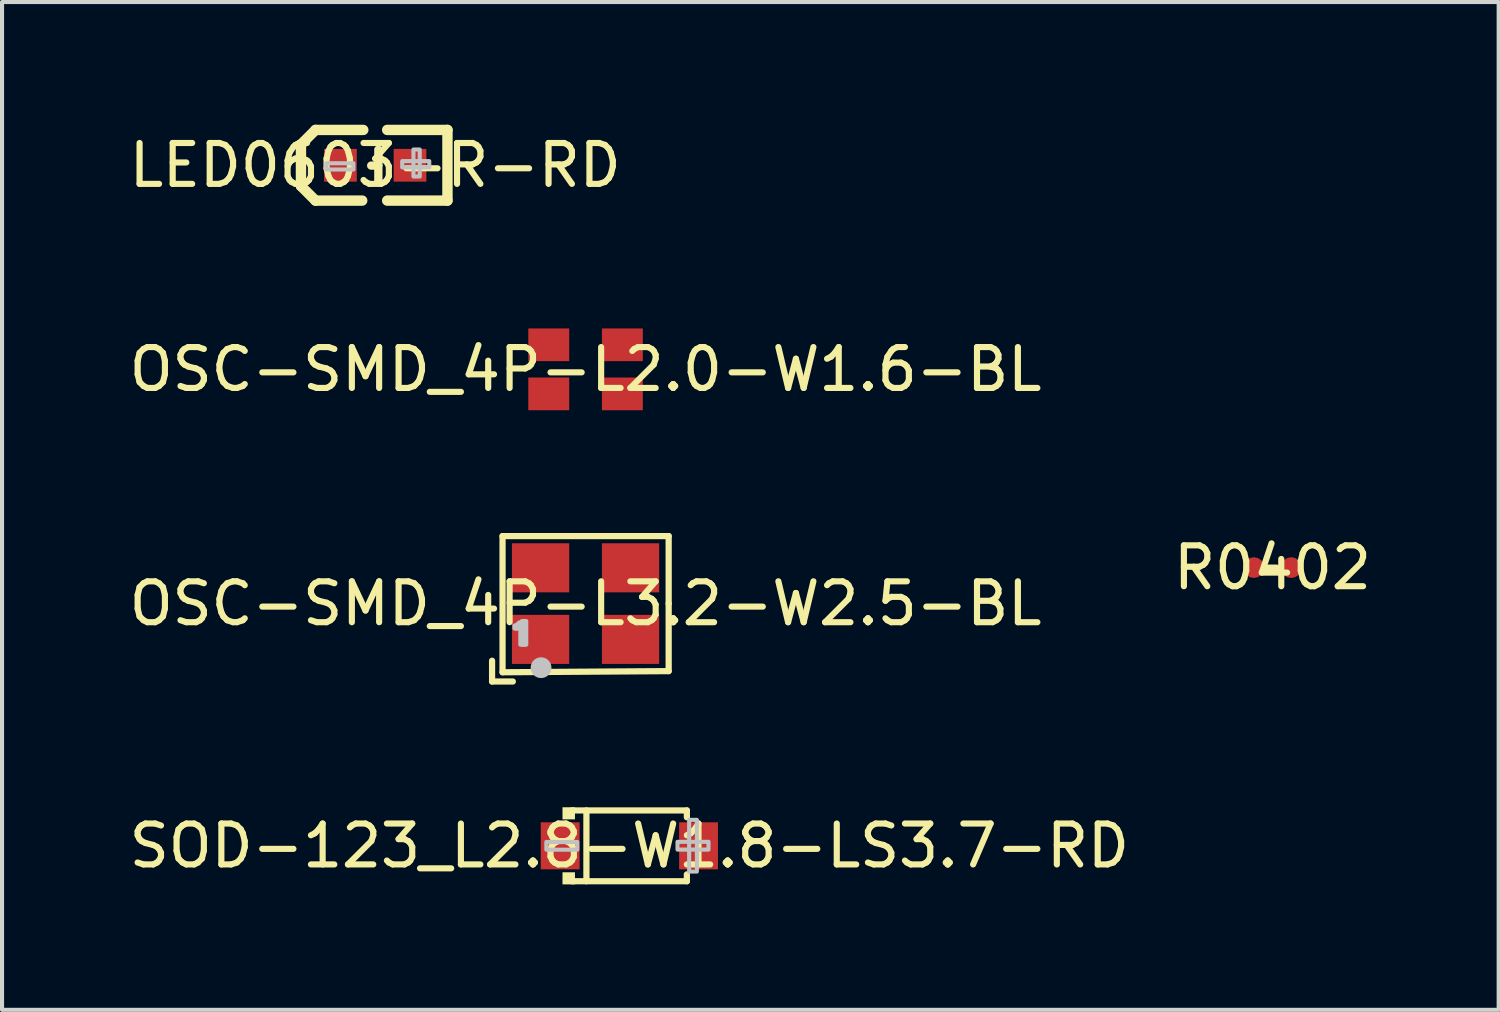
<source format=kicad_pcb>
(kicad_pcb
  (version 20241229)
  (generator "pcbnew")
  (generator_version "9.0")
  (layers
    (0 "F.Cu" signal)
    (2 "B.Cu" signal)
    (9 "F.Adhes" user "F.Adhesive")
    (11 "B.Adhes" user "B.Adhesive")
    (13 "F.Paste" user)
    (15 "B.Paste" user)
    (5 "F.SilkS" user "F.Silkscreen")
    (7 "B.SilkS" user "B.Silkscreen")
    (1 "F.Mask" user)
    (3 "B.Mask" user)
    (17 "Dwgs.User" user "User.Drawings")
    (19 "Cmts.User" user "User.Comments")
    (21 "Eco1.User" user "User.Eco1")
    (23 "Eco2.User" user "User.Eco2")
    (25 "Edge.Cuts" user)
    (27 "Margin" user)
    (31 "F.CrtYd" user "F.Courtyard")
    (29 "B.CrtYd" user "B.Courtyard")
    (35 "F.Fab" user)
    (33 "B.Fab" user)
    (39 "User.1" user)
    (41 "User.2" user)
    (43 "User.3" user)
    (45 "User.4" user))
  (footprint "R0402"
    (layer "F.Cu")
    (at 28.065 10.829)
    (property "Reference" "R0402" (at 0 0 0) (layer "F.SilkS") (effects (font (size 1 1) (thickness 0.15))))
    (fp_line (start 0.102 0) (end -0.102 0) (stroke (width 0.15) (type default)) (layer "F.SilkS"))
    (fp_poly (pts (xy -0.474 -0.246) (xy 0.525 -0.246) (xy 0.525 0.254) (xy -0.474 0.254)) (stroke (width 0.1) (type default)) (fill no) (layer "User.1"))
    (pad "1" smd roundrect (at -0.457 0) (size 0.508 0.508) (layers "F.Cu" "F.Mask" "F.Paste") (roundrect_rratio 0.5))
    (pad "2" smd roundrect (at 0.457 0) (size 0.508 0.508) (layers "F.Cu" "F.Mask" "F.Paste") (roundrect_rratio 0.5)))
  (footprint "LED0603-R-RD"
    (layer "F.Cu")
    (at 6.125 0.991)
    (property "Reference" "LED0603-R-RD" (at 0 0 0) (layer "F.SilkS") (effects (font (size 1 1) (thickness 0.15))))
    (fp_line (start -1.816 -0.508) (end -1.46 -0.864) (stroke (width 0.254) (type default)) (layer "F.SilkS"))
    (fp_line (start -1.816 0.508) (end -1.816 -0.508) (stroke (width 0.254) (type default)) (layer "F.SilkS"))
    (fp_line (start -1.46 0.864) (end -1.816 0.508) (stroke (width 0.254) (type default)) (layer "F.SilkS"))
    (fp_line (start -0.318 0.864) (end -1.46 0.864) (stroke (width 0.254) (type default)) (layer "F.SilkS"))
    (fp_line (start -0.292 -0.864) (end -1.46 -0.864) (stroke (width 0.254) (type default)) (layer "F.SilkS"))
    (fp_line (start 0.076 0.008) (end -0.099 0.008) (stroke (width 0.203) (type default)) (layer "F.SilkS"))
    (fp_line (start 0.076 0.406) (end 0.076 -0.381) (stroke (width 0.203) (type default)) (layer "F.SilkS"))
    (fp_line (start 1.766 -0.864) (end 0.292 -0.864) (stroke (width 0.254) (type default)) (layer "F.SilkS"))
    (fp_line (start 1.766 0.864) (end 0.292 0.864) (stroke (width 0.254) (type default)) (layer "F.SilkS"))
    (fp_line (start 1.766 0.864) (end 1.766 -0.864) (stroke (width 0.254) (type default)) (layer "F.SilkS"))
    (fp_poly (pts (xy -1.194 -0.05) (xy -0.533 -0.05) (xy -0.533 0.103) (xy -1.194 0.103)) (stroke (width 0.1) (type default)) (fill no) (layer "Dwgs.User"))
    (fp_poly (pts (xy 0.66 -0.102) (xy 1.321 -0.102) (xy 1.321 0.051) (xy 0.66 0.051)) (stroke (width 0.1) (type default)) (fill no) (layer "Dwgs.User"))
    (fp_poly (pts (xy 0.935 0.275) (xy 0.935 -0.385) (xy 1.088 -0.385) (xy 1.088 0.275)) (stroke (width 0.1) (type default)) (fill no) (layer "Dwgs.User"))
    (fp_poly (pts (xy -0.8 0.4) (xy -0.8 -0.4) (xy -0.5 -0.4) (xy -0.5 0.4)) (stroke (width 0.1) (type default)) (fill no) (layer "User.1"))
    (fp_poly (pts (xy 0.8 -0.4) (xy 0.8 0.4) (xy 0.5 0.4) (xy 0.5 -0.4)) (stroke (width 0.1) (type default)) (fill no) (layer "User.1"))
    (fp_line (start -0.8 -0.4) (end 0.8 -0.4) (stroke (width 0.051) (type default)) (layer "User.2"))
    (fp_line (start -0.8 0.4) (end -0.8 -0.4) (stroke (width 0.051) (type default)) (layer "User.2"))
    (fp_line (start 0.8 -0.4) (end 0.8 0.4) (stroke (width 0.051) (type default)) (layer "User.2"))
    (fp_line (start 0.8 0.4) (end -0.8 0.4) (stroke (width 0.051) (type default)) (layer "User.2"))
    (fp_poly (pts (xy 0.86 0.4) (xy 0.842 0.358) (xy 0.8 0.34) (xy 0.758 0.358) (xy 0.74 0.4) (xy 0.758 0.442) (xy 0.8 0.46) (xy 0.842 0.442)) (stroke (width 0.1) (type default)) (fill no) (layer "User.3"))
    (pad "1" smd rect (at 0.851 0 90) (size 0.8 0.8) (layers "F.Cu" "F.Mask" "F.Paste"))
    (pad "2" smd rect (at -0.851 0 90) (size 0.8 0.8) (layers "F.Cu" "F.Mask" "F.Paste")))
  (footprint "OSC-SMD_4P-L2.0-W1.6-BL"
    (layer "F.Cu")
    (at 11.268 5.981)
    (property "Reference" "OSC-SMD_4P-L2.0-W1.6-BL" (at 0 0 0) (layer "F.SilkS") (effects (font (size 1 1) (thickness 0.15))))
    (fp_poly (pts (xy -0.975 0.764) (xy -0.975 0.307) (xy -0.4 0.307) (xy -0.4 0.764)) (stroke (width 0.1) (type default)) (fill no) (layer "User.1"))
    (fp_poly (pts (xy -0.4 -0.767) (xy -0.4 -0.31) (xy -0.975 -0.31) (xy -0.975 -0.767)) (stroke (width 0.1) (type default)) (fill no) (layer "User.1"))
    (fp_poly (pts (xy 0.4 0.764) (xy 0.4 0.307) (xy 0.975 0.307) (xy 0.975 0.764)) (stroke (width 0.1) (type default)) (fill no) (layer "User.1"))
    (fp_poly (pts (xy 0.975 -0.767) (xy 0.975 -0.31) (xy 0.4 -0.31) (xy 0.4 -0.767)) (stroke (width 0.1) (type default)) (fill no) (layer "User.1"))
    (fp_line (start -1 -0.8) (end 1 -0.8) (stroke (width 0.051) (type default)) (layer "User.2"))
    (fp_line (start -1 0.8) (end -1 -0.8) (stroke (width 0.051) (type default)) (layer "User.2"))
    (fp_line (start 1 -0.8) (end 1 0.8) (stroke (width 0.051) (type default)) (layer "User.2"))
    (fp_line (start 1 0.8) (end -1 0.8) (stroke (width 0.051) (type default)) (layer "User.2"))
    (fp_poly (pts (xy -0.94 0.8) (xy -0.958 0.758) (xy -1 0.74) (xy -1.042 0.758) (xy -1.06 0.8) (xy -1.042 0.842) (xy -1 0.86) (xy -0.958 0.842)) (stroke (width 0.1) (type default)) (fill no) (layer "User.3"))
    (pad "1" smd custom (at -0.9 0.6) (size 0.000001 0.000001) (layers "F.Cu" "F.Mask" "F.Paste") (options (anchor circle)) (primitives (gr_poly (pts (xy 0.5 -0.4) (xy -0.5 -0.4) (xy -0.5 0.4) (xy 0.5 0.4)) (width 0) (fill yes))))
    (pad "2" smd custom (at 0.9 0.6) (size 0.000001 0.000001) (layers "F.Cu" "F.Mask" "F.Paste") (options (anchor circle)) (primitives (gr_poly (pts (xy 0.5 0.4) (xy -0.5 0.4) (xy -0.5 -0.4) (xy 0.5 -0.4)) (width 0) (fill yes))))
    (pad "3" smd custom (at 0.9 -0.6) (size 0.000001 0.000001) (layers "F.Cu" "F.Mask" "F.Paste") (options (anchor circle)) (primitives (gr_poly (pts (xy -0.5 0.4) (xy 0.5 0.4) (xy 0.5 -0.4) (xy -0.5 -0.4)) (width 0) (fill yes))))
    (pad "4" smd custom (at -0.9 -0.6) (size 0.000001 0.000001) (layers "F.Cu" "F.Mask" "F.Paste") (options (anchor circle)) (primitives (gr_poly (pts (xy -0.5 -0.4) (xy 0.5 -0.4) (xy 0.5 0.4) (xy -0.5 0.4)) (width 0) (fill yes)))))
  (footprint "SOD-123_L2.8-W1.8-LS3.7-RD"
    (layer "F.Cu")
    (at 12.339 17.632)
    (property "Reference" "SOD-123_L2.8-W1.8-LS3.7-RD" (at 0 0 0) (layer "F.SilkS") (effects (font (size 1 1) (thickness 0.15))))
    (fp_line (start -1.406 -0.866) (end 1.406 -0.866) (stroke (width 0.152) (type default)) (layer "F.SilkS"))
    (fp_line (start -1.406 0.866) (end 1.406 0.866) (stroke (width 0.152) (type default)) (layer "F.SilkS"))
    (fp_line (start -1.05 -0.866) (end -1.05 0.866) (stroke (width 0.152) (type default)) (layer "F.SilkS"))
    (fp_line (start 1.406 -0.866) (end 1.406 -0.698) (stroke (width 0.152) (type default)) (layer "F.SilkS"))
    (fp_line (start 1.406 0.866) (end 1.406 0.698) (stroke (width 0.152) (type default)) (layer "F.SilkS"))
    (fp_poly (pts (xy -1.33 -0.943) (xy -1.33 -0.647) (xy -1.635 -0.647) (xy -1.635 -0.943)) (stroke (width 0) (type default)) (fill yes) (layer "F.SilkS"))
    (fp_poly (pts (xy -1.33 0.943) (xy -1.33 0.647) (xy -1.635 0.647) (xy -1.635 0.943)) (stroke (width 0) (type default)) (fill yes) (layer "F.SilkS"))
    (fp_poly (pts (xy -2.03 -0.095) (xy -2.03 0.095) (xy -1.272 0.095) (xy -1.272 -0.095)) (stroke (width 0.1) (type default)) (fill no) (layer "Dwgs.User"))
    (fp_poly (pts (xy 1.651 -0.635) (xy 1.651 0.629) (xy 1.462 0.629) (xy 1.462 -0.635)) (stroke (width 0.1) (type default)) (fill no) (layer "Dwgs.User"))
    (fp_poly (pts (xy 1.935 -0.098) (xy 1.935 0.092) (xy 1.177 0.092) (xy 1.177 -0.098)) (stroke (width 0.1) (type default)) (fill no) (layer "Dwgs.User"))
    (fp_poly (pts (xy -1.851 0.465) (xy -1.851 -0.465) (xy -1.3 -0.465) (xy -1.3 0.465)) (stroke (width 0.1) (type default)) (fill no) (layer "User.1"))
    (fp_poly (pts (xy 1.851 0.465) (xy 1.851 -0.465) (xy 1.3 -0.465) (xy 1.3 0.465)) (stroke (width 0.1) (type default)) (fill no) (layer "User.1"))
    (fp_line (start -1.4 -0.9) (end 1.4 -0.9) (stroke (width 0.051) (type default)) (layer "User.2"))
    (fp_line (start -1.4 0.9) (end -1.4 -0.9) (stroke (width 0.051) (type default)) (layer "User.2"))
    (fp_line (start 1.4 -0.9) (end 1.4 0.9) (stroke (width 0.051) (type default)) (layer "User.2"))
    (fp_line (start 1.4 0.9) (end -1.4 0.9) (stroke (width 0.051) (type default)) (layer "User.2"))
    (fp_poly (pts (xy -1.79 0.9) (xy -1.808 0.858) (xy -1.851 0.84) (xy -1.893 0.858) (xy -1.911 0.9) (xy -1.893 0.942) (xy -1.851 0.96) (xy -1.808 0.942)) (stroke (width 0.1) (type default)) (fill no) (layer "User.3"))
    (pad "1" smd rect (at -1.692 0) (size 0.95 1.15) (layers "F.Cu" "F.Mask" "F.Paste"))
    (pad "2" smd rect (at 1.692 0) (size 0.95 1.15) (layers "F.Cu" "F.Mask" "F.Paste")))
  (footprint "OSC-SMD_4P-L3.2-W2.5-BL"
    (layer "F.Cu")
    (at 11.268 11.709)
    (property "Reference" "OSC-SMD_4P-L3.2-W2.5-BL" (at 0 0 0) (layer "F.SilkS") (effects (font (size 1 1) (thickness 0.15))))
    (fp_line (start -2.286 1.397) (end -2.286 1.905) (stroke (width 0.152) (type default)) (layer "F.SilkS"))
    (fp_line (start -2.286 1.905) (end -1.778 1.905) (stroke (width 0.152) (type default)) (layer "F.SilkS"))
    (fp_line (start -2.03 -1.651) (end 2.032 -1.651) (stroke (width 0.152) (type default)) (layer "F.SilkS"))
    (fp_line (start -2.03 1.679) (end -2.03 -1.651) (stroke (width 0.152) (type default)) (layer "F.SilkS"))
    (fp_line (start 2.032 -1.651) (end 2.032 0) (stroke (width 0.152) (type default)) (layer "F.SilkS"))
    (fp_line (start 2.032 0) (end 2.032 1.651) (stroke (width 0.152) (type default)) (layer "F.SilkS"))
    (fp_line (start 2.032 1.651) (end -2.03 1.679) (stroke (width 0.152) (type default)) (layer "F.SilkS"))
    (fp_circle (center -1.088 1.567) (end -0.961 1.567) (stroke (width 0.254) (type default)) (fill no) (layer "Dwgs.User"))
    (fp_poly (pts (xy -1.738 0.536) (xy -1.702 0.536) (xy -1.702 0.608) (xy -1.738 0.608)) (stroke (width 0.1) (type default)) (fill no) (layer "Dwgs.User"))
    (fp_poly (pts (xy -1.702 0.536) (xy -1.666 0.536) (xy -1.666 0.608) (xy -1.702 0.608)) (stroke (width 0.1) (type default)) (fill no) (layer "Dwgs.User"))
    (fp_poly (pts (xy -1.666 0.5) (xy -1.63 0.5) (xy -1.63 0.608) (xy -1.666 0.608)) (stroke (width 0.1) (type default)) (fill no) (layer "Dwgs.User"))
    (fp_poly (pts (xy -1.63 0.464) (xy -1.594 0.464) (xy -1.594 0.572) (xy -1.63 0.572)) (stroke (width 0.1) (type default)) (fill no) (layer "Dwgs.User"))
    (fp_poly (pts (xy -1.594 0.464) (xy -1.558 0.464) (xy -1.558 1.004) (xy -1.594 1.004)) (stroke (width 0.1) (type default)) (fill no) (layer "Dwgs.User"))
    (fp_poly (pts (xy -1.558 0.428) (xy -1.522 0.428) (xy -1.522 1.004) (xy -1.558 1.004)) (stroke (width 0.1) (type default)) (fill no) (layer "Dwgs.User"))
    (fp_poly (pts (xy -1.522 0.428) (xy -1.486 0.428) (xy -1.486 1.004) (xy -1.522 1.004)) (stroke (width 0.1) (type default)) (fill no) (layer "Dwgs.User"))
    (fp_poly (pts (xy -1.486 0.428) (xy -1.45 0.428) (xy -1.45 1.004) (xy -1.486 1.004)) (stroke (width 0.1) (type default)) (fill no) (layer "Dwgs.User"))
    (fp_poly (pts (xy -1.5 -1.249) (xy -0.6 -1.249) (xy -0.6 -0.449) (xy -1.5 -0.449)) (stroke (width 0.1) (type default)) (fill no) (layer "User.1"))
    (fp_poly (pts (xy -1.5 0.449) (xy -0.6 0.449) (xy -0.6 1.249) (xy -1.5 1.249)) (stroke (width 0.1) (type default)) (fill no) (layer "User.1"))
    (fp_poly (pts (xy 0.6 -1.249) (xy 1.5 -1.249) (xy 1.5 -0.449) (xy 0.6 -0.449)) (stroke (width 0.1) (type default)) (fill no) (layer "User.1"))
    (fp_poly (pts (xy 0.6 0.449) (xy 1.5 0.449) (xy 1.5 1.249) (xy 0.6 1.249)) (stroke (width 0.1) (type default)) (fill no) (layer "User.1"))
    (fp_line (start -1.6 -1.25) (end 1.6 -1.25) (stroke (width 0.051) (type default)) (layer "User.2"))
    (fp_line (start -1.6 1.25) (end -1.6 -1.25) (stroke (width 0.051) (type default)) (layer "User.2"))
    (fp_line (start 1.6 -1.25) (end 1.6 1.25) (stroke (width 0.051) (type default)) (layer "User.2"))
    (fp_line (start 1.6 1.25) (end -1.6 1.25) (stroke (width 0.051) (type default)) (layer "User.2"))
    (fp_poly (pts (xy -1.54 1.25) (xy -1.558 1.208) (xy -1.6 1.19) (xy -1.642 1.208) (xy -1.66 1.25) (xy -1.642 1.292) (xy -1.6 1.31) (xy -1.558 1.292)) (stroke (width 0.1) (type default)) (fill no) (layer "User.3"))
    (pad "1" smd rect (at -1.1 0.875) (size 1.4 1.2) (layers "F.Cu" "F.Mask" "F.Paste"))
    (pad "2" smd rect (at 1.1 0.875) (size 1.4 1.2) (layers "F.Cu" "F.Mask" "F.Paste"))
    (pad "3" smd rect (at 1.1 -0.875) (size 1.4 1.2) (layers "F.Cu" "F.Mask" "F.Paste"))
    (pad "4" smd rect (at -1.1 -0.875) (size 1.4 1.2) (layers "F.Cu" "F.Mask" "F.Paste")))
  (gr_rect
    (start -3 -3)
    (end 33.595 21.642)
    (stroke (width 0.1) (type default))
    (fill no)
    (layer "Edge.Cuts")))
</source>
